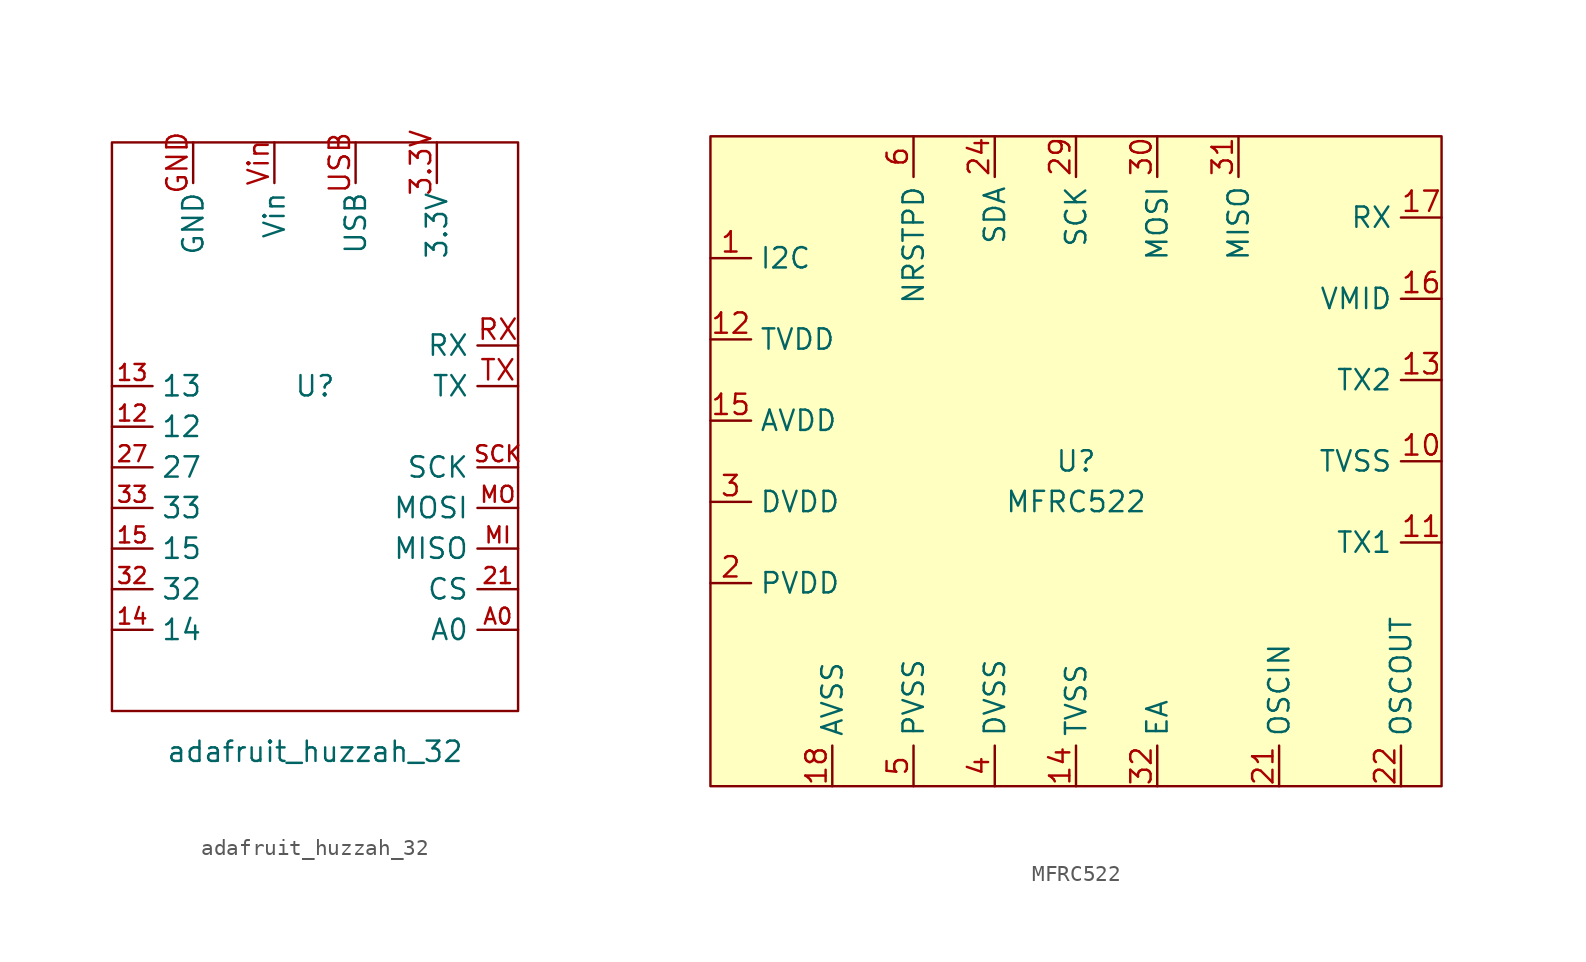
<source format=kicad_sym>
(kicad_symbol_lib
  (version 20211014)
  (generator kicad_symbol_editor)
  (symbol "adafruit_huzzah_32"
    (property "Reference" "U"
      (at 0 0 0)
      (effects (font (size 1.27 1.27))))
    (property "Value" "adafruit_huzzah_32"
      (at 0 -22.86 0)
      (effects (font (size 1.27 1.27))))
    (symbol "adafruit_huzzah_32_0_1"
      (rectangle (start -12.7 15.24) (end 12.7 -20.32) (stroke (width 0.152) (type default) (color 0 0 0 0)) (fill (type none))))
    (symbol "adafruit_huzzah_32_1_1"
      (pin output line (at -12.7 -2.54 0) (length 2.54) (name "12" (effects (font (size 1.27 1.27)))) (number "12" (effects (font (size 1 1)))))
      (pin output line (at -12.7 0 0) (length 2.54) (name "13" (effects (font (size 1.27 1.27)))) (number "13" (effects (font (size 1 1)))))
      (pin output line (at -12.7 -15.24 0) (length 2.54) (name "14" (effects (font (size 1.27 1.27)))) (number "14" (effects (font (size 1 1)))))
      (pin output line (at -12.7 -10.16 0) (length 2.54) (name "15" (effects (font (size 1.27 1.27)))) (number "15" (effects (font (size 1 1)))))
      (pin output line (at 12.7 -12.7 180) (length 2.54) (name "CS" (effects (font (size 1.27 1.27)))) (number "21" (effects (font (size 1 1)))))
      (pin output line (at -12.7 -5.08 0) (length 2.54) (name "27" (effects (font (size 1.27 1.27)))) (number "27" (effects (font (size 1 1)))))
      (pin power_out line (at 7.62 15.24 270) (length 2.54) (name "3.3V" (effects (font (size 1.27 1.27)))) (number "3.3V" (effects (font (size 1.27 1.27)))))
      (pin output line (at -12.7 -12.7 0) (length 2.54) (name "32" (effects (font (size 1.27 1.27)))) (number "32" (effects (font (size 1 1)))))
      (pin output line (at -12.7 -7.62 0) (length 2.54) (name "33" (effects (font (size 1.27 1.27)))) (number "33" (effects (font (size 1 1)))))
      (pin output line (at 12.7 -15.24 180) (length 2.54) (name "A0" (effects (font (size 1.27 1.27)))) (number "A0" (effects (font (size 1 1)))))
      (pin power_in line (at -7.62 15.24 270) (length 2.54) (name "GND" (effects (font (size 1.27 1.27)))) (number "GND" (effects (font (size 1.27 1.27)))))
      (pin input line (at 12.7 -10.16 180) (length 2.54) (name "MISO" (effects (font (size 1.27 1.27)))) (number "MI" (effects (font (size 1 1)))))
      (pin output line (at 12.7 -7.62 180) (length 2.54) (name "MOSI" (effects (font (size 1.27 1.27)))) (number "MO" (effects (font (size 1 1)))))
      (pin input line (at 12.7 2.54 180) (length 2.54) (name "RX" (effects (font (size 1.27 1.27)))) (number "RX" (effects (font (size 1.27 1.27)))))
      (pin output line (at 12.7 -5.08 180) (length 2.54) (name "SCK" (effects (font (size 1.27 1.27)))) (number "SCK" (effects (font (size 1 1)))))
      (pin output line (at 12.7 0 180) (length 2.54) (name "TX" (effects (font (size 1.27 1.27)))) (number "TX" (effects (font (size 1.27 1.27)))))
      (pin power_out line (at 2.54 15.24 270) (length 2.54) (name "USB" (effects (font (size 1.27 1.27)))) (number "USB" (effects (font (size 1.27 1.27)))))
      (pin power_in line (at -2.54 15.24 270) (length 2.54) (name "Vin" (effects (font (size 1.27 1.27)))) (number "Vin" (effects (font (size 1.27 1.27)))))))
  (symbol "MFRC522"
    (property "Reference" "U"
      (at 0 0 0)
      (effects (font (size 1.27 1.27))))
    (property "Value" "MFRC522"
      (at 0 -2.54 0)
      (effects (font (size 1.27 1.27))))
    (symbol "MFRC522_0_1"
      (rectangle (start -22.86 20.32) (end 22.86 -20.32) (stroke (width 0.152) (type default) (color 0 0 0 0)) (fill (type background))))
    (symbol "MFRC522_1_1"
      (pin input line (at -22.86 12.7 0) (length 2.54) (name "I2C" (effects (font (size 1.27 1.27)))) (number "1" (effects (font (size 1.27 1.27)))))
      (pin passive line (at 22.86 0 180) (length 2.54) (name "TVSS" (effects (font (size 1.27 1.27)))) (number "10" (effects (font (size 1.27 1.27)))))
      (pin passive line (at 22.86 -5.08 180) (length 2.54) (name "TX1" (effects (font (size 1.27 1.27)))) (number "11" (effects (font (size 1.27 1.27)))))
      (pin input line (at -22.86 7.62 0) (length 2.54) (name "TVDD" (effects (font (size 1.27 1.27)))) (number "12" (effects (font (size 1.27 1.27)))))
      (pin passive line (at 22.86 5.08 180) (length 2.54) (name "TX2" (effects (font (size 1.27 1.27)))) (number "13" (effects (font (size 1.27 1.27)))))
      (pin input line (at 0 -20.32 90) (length 2.54) (name "TVSS" (effects (font (size 1.27 1.27)))) (number "14" (effects (font (size 1.27 1.27)))))
      (pin input line (at -22.86 2.54 0) (length 2.54) (name "AVDD" (effects (font (size 1.27 1.27)))) (number "15" (effects (font (size 1.27 1.27)))))
      (pin passive line (at 22.86 10.16 180) (length 2.54) (name "VMID" (effects (font (size 1.27 1.27)))) (number "16" (effects (font (size 1.27 1.27)))))
      (pin passive line (at 22.86 15.24 180) (length 2.54) (name "RX" (effects (font (size 1.27 1.27)))) (number "17" (effects (font (size 1.27 1.27)))))
      (pin input line (at -15.24 -20.32 90) (length 2.54) (name "AVSS" (effects (font (size 1.27 1.27)))) (number "18" (effects (font (size 1.27 1.27)))))
      (pin input line (at -22.86 -7.62 0) (length 2.54) (name "PVDD" (effects (font (size 1.27 1.27)))) (number "2" (effects (font (size 1.27 1.27)))))
      (pin input line (at 12.7 -20.32 90) (length 2.54) (name "OSCIN" (effects (font (size 1.27 1.27)))) (number "21" (effects (font (size 1.27 1.27)))))
      (pin input line (at 20.32 -20.32 90) (length 2.54) (name "OSCOUT" (effects (font (size 1.27 1.27)))) (number "22" (effects (font (size 1.27 1.27)))))
      (pin input line (at -5.08 20.32 270) (length 2.54) (name "SDA" (effects (font (size 1.27 1.27)))) (number "24" (effects (font (size 1.27 1.27)))))
      (pin input line (at 0 20.32 270) (length 2.54) (name "SCK" (effects (font (size 1.27 1.27)))) (number "29" (effects (font (size 1.27 1.27)))))
      (pin input line (at -22.86 -2.54 0) (length 2.54) (name "DVDD" (effects (font (size 1.27 1.27)))) (number "3" (effects (font (size 1.27 1.27)))))
      (pin input line (at 5.08 20.32 270) (length 2.54) (name "MOSI" (effects (font (size 1.27 1.27)))) (number "30" (effects (font (size 1.27 1.27)))))
      (pin output line (at 10.16 20.32 270) (length 2.54) (name "MISO" (effects (font (size 1.27 1.27)))) (number "31" (effects (font (size 1.27 1.27)))))
      (pin input line (at 5.08 -20.32 90) (length 2.54) (name "EA" (effects (font (size 1.27 1.27)))) (number "32" (effects (font (size 1.27 1.27)))))
      (pin input line (at -5.08 -20.32 90) (length 2.54) (name "DVSS" (effects (font (size 1.27 1.27)))) (number "4" (effects (font (size 1.27 1.27)))))
      (pin input line (at -10.16 -20.32 90) (length 2.54) (name "PVSS" (effects (font (size 1.27 1.27)))) (number "5" (effects (font (size 1.27 1.27)))))
      (pin input line (at -10.16 20.32 270) (length 2.54) (name "NRSTPD" (effects (font (size 1.27 1.27)))) (number "6" (effects (font (size 1.27 1.27))))))))
</source>
